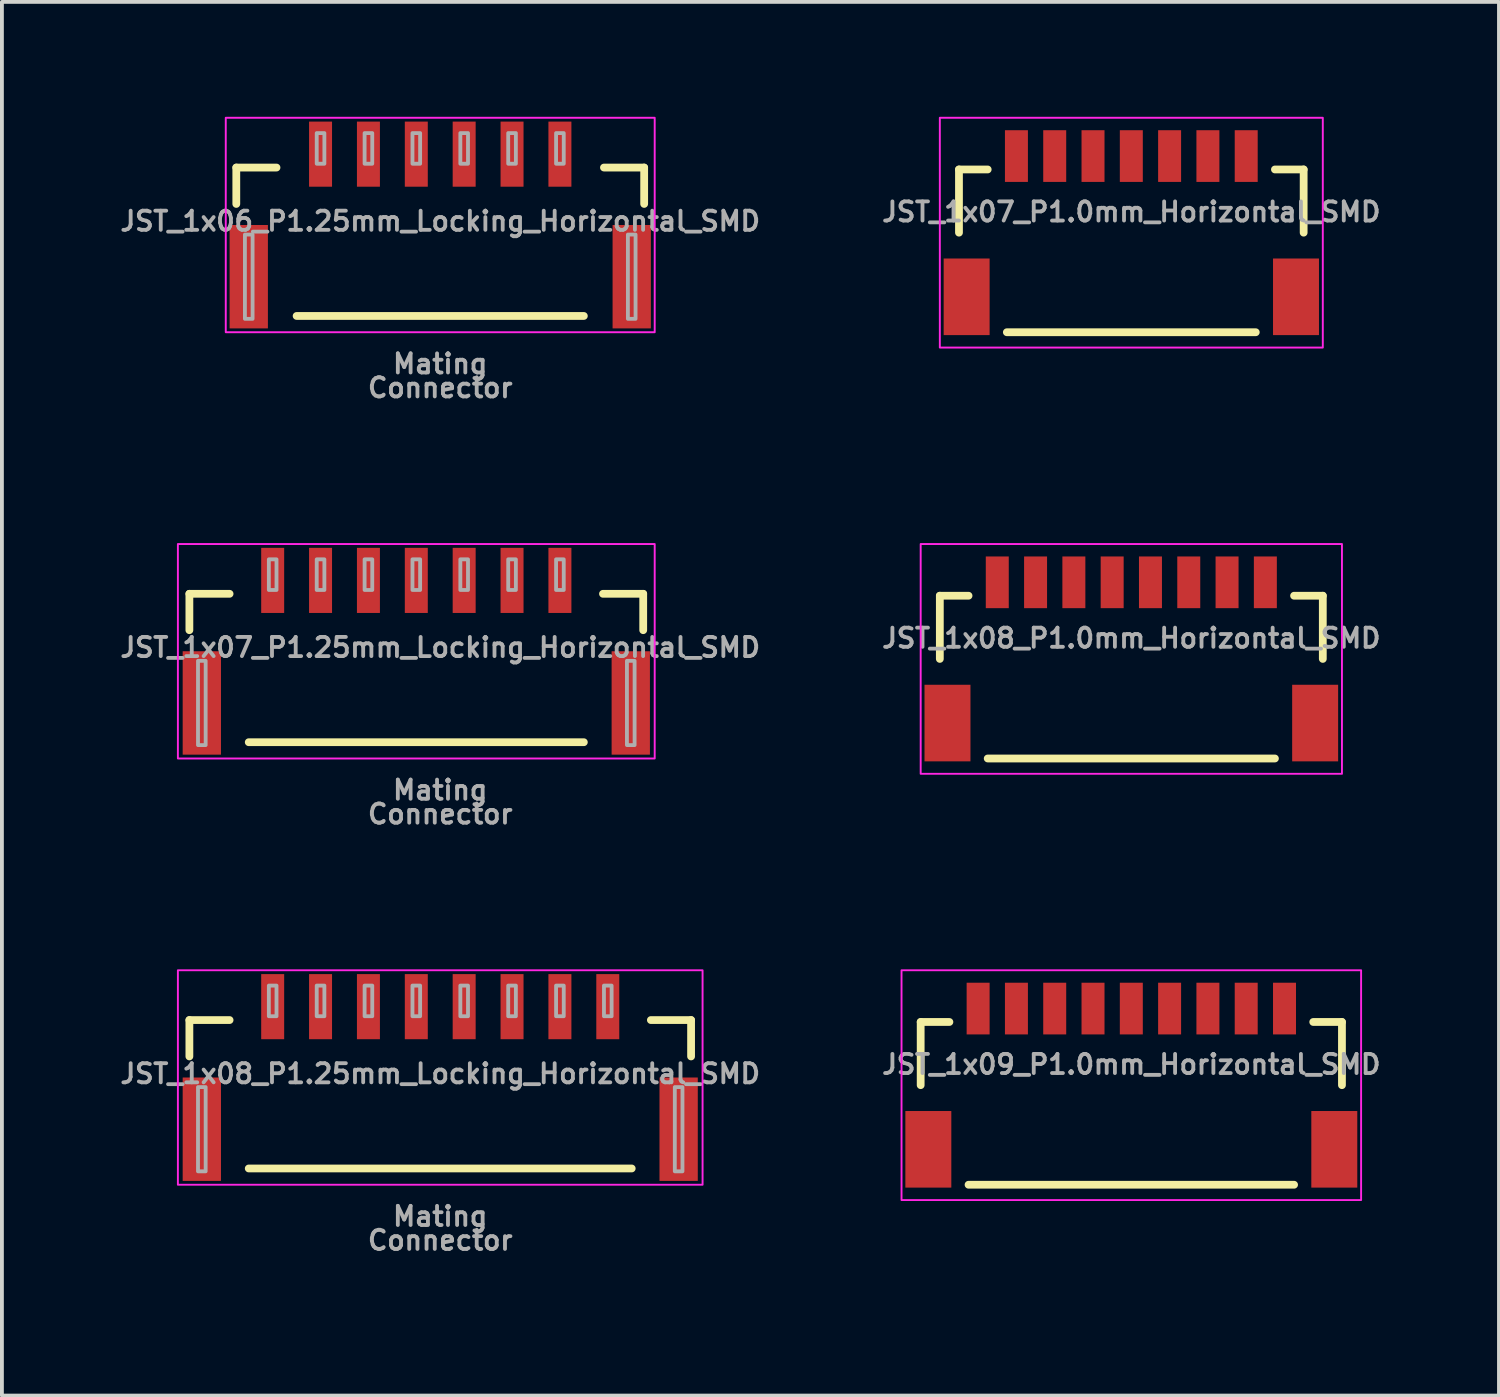
<source format=kicad_pcb>
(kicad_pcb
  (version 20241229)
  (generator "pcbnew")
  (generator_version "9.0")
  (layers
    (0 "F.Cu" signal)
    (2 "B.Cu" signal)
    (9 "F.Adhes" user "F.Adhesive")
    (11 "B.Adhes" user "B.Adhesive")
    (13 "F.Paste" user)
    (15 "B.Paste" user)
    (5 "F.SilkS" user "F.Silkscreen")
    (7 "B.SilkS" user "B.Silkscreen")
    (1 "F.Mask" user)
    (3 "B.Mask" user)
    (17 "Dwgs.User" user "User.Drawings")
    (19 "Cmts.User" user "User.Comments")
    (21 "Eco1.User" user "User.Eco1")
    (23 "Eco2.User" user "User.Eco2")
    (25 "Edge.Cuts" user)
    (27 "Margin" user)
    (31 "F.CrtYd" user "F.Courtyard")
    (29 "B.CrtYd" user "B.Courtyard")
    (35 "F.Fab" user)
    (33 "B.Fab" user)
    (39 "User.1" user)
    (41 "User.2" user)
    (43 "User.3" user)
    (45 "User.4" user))
  (footprint "JST_1x07_P1.25mm_Locking_Horizontal_SMD"
    (layer "F.Cu")
    (at 8.445 13.855)
    (property "Reference" "JST_1x07_P1.25mm_Locking_Horizontal_SMD" (at 0 0 0) (layer "F.Fab") (effects (font (size 0.5 0.5) (thickness 0.1))))
    (attr smd)
    (fp_line (start -6.55 -1.4) (end -5.5 -1.4) (stroke (width 0.203) (type solid)) (layer "F.SilkS"))
    (fp_line (start -6.55 -0.45) (end -6.55 -1.4) (stroke (width 0.203) (type solid)) (layer "F.SilkS"))
    (fp_line (start -5 2.475) (end 3.75 2.475) (stroke (width 0.203) (type solid)) (layer "F.SilkS"))
    (fp_line (start 4.25 -1.4) (end 5.3 -1.4) (stroke (width 0.203) (type solid)) (layer "F.SilkS"))
    (fp_line (start 5.3 -0.45) (end 5.3 -1.4) (stroke (width 0.203) (type solid)) (layer "F.SilkS"))
    (fp_rect (start 5.6 2.9) (end -6.85 -2.7) (stroke (width 0.05) (type default)) (fill no) (layer "F.CrtYd"))
    (fp_poly (pts (xy -6.325 2.55) (xy -6.125 2.55) (xy -6.125 0.35) (xy -6.325 0.35)) (stroke (width 0.1) (type default)) (fill no) (layer "F.Fab"))
    (fp_poly (pts (xy -4.475 -1.5) (xy -4.275 -1.5) (xy -4.275 -2.3) (xy -4.475 -2.3)) (stroke (width 0.1) (type default)) (fill no) (layer "F.Fab"))
    (fp_poly (pts (xy -3.225 -1.5) (xy -3.025 -1.5) (xy -3.025 -2.3) (xy -3.225 -2.3)) (stroke (width 0.1) (type default)) (fill no) (layer "F.Fab"))
    (fp_poly (pts (xy -1.975 -1.5) (xy -1.775 -1.5) (xy -1.775 -2.3) (xy -1.975 -2.3)) (stroke (width 0.1) (type default)) (fill no) (layer "F.Fab"))
    (fp_poly (pts (xy -0.725 -1.5) (xy -0.525 -1.5) (xy -0.525 -2.3) (xy -0.725 -2.3)) (stroke (width 0.1) (type default)) (fill no) (layer "F.Fab"))
    (fp_poly (pts (xy 0.525 -1.5) (xy 0.725 -1.5) (xy 0.725 -2.3) (xy 0.525 -2.3)) (stroke (width 0.1) (type default)) (fill no) (layer "F.Fab"))
    (fp_poly (pts (xy 1.775 -1.5) (xy 1.975 -1.5) (xy 1.975 -2.3) (xy 1.775 -2.3)) (stroke (width 0.1) (type default)) (fill no) (layer "F.Fab"))
    (fp_poly (pts (xy 3.025 -1.5) (xy 3.225 -1.5) (xy 3.225 -2.3) (xy 3.025 -2.3)) (stroke (width 0.1) (type default)) (fill no) (layer "F.Fab"))
    (fp_poly (pts (xy 4.875 2.55) (xy 5.075 2.55) (xy 5.075 0.35) (xy 4.875 0.35)) (stroke (width 0.1) (type default)) (fill no) (layer "F.Fab"))
    (fp_rect (start -6.625 -1.5) (end 5.375 2.55) (stroke (width 0.01) (type default)) (fill no) (layer "User.1"))
    (fp_rect (start -5.625 -0.3) (end 4.375 5.4) (stroke (width 0.01) (type default)) (fill no) (layer "User.1"))
    (fp_text user "Connector" (at 0 4.35 0) (unlocked yes) (layer "F.Fab") (effects (font (size 0.5 0.5) (thickness 0.1) (bold yes))))
    (fp_text user "Mating" (at 0 3.725 0) (unlocked yes) (layer "F.Fab") (effects (font (size 0.5 0.5) (thickness 0.1) (bold yes))))
    (pad "1" smd rect (at -4.375 -1.75) (size 0.6 1.7) (layers "F.Cu" "F.Mask" "F.Paste"))
    (pad "2" smd rect (at -3.125 -1.75) (size 0.6 1.7) (layers "F.Cu" "F.Mask" "F.Paste"))
    (pad "3" smd rect (at -1.875 -1.75) (size 0.6 1.7) (layers "F.Cu" "F.Mask" "F.Paste"))
    (pad "4" smd rect (at -0.625 -1.75) (size 0.6 1.7) (layers "F.Cu" "F.Mask" "F.Paste"))
    (pad "5" smd rect (at 0.625 -1.75) (size 0.6 1.7) (layers "F.Cu" "F.Mask" "F.Paste"))
    (pad "6" smd rect (at 1.875 -1.75) (size 0.6 1.7) (layers "F.Cu" "F.Mask" "F.Paste"))
    (pad "7" smd rect (at 3.125 -1.75) (size 0.6 1.7) (layers "F.Cu" "F.Mask" "F.Paste"))
    (pad "NC1" smd rect (at -6.225 1.45) (size 1 2.7) (layers "F.Cu" "F.Mask" "F.Paste"))
    (pad "NC2" smd rect (at 4.975 1.45) (size 1 2.7) (layers "F.Cu" "F.Mask" "F.Paste")))
  (footprint "JST_1x06_P1.25mm_Locking_Horizontal_SMD"
    (layer "F.Cu")
    (at 8.445 2.725)
    (property "Reference" "JST_1x06_P1.25mm_Locking_Horizontal_SMD" (at 0 0 0) (layer "F.Fab") (effects (font (size 0.5 0.5) (thickness 0.1))))
    (attr smd)
    (fp_line (start -5.325 -1.4) (end -4.275 -1.4) (stroke (width 0.203) (type solid)) (layer "F.SilkS"))
    (fp_line (start -5.325 -0.45) (end -5.325 -1.4) (stroke (width 0.203) (type solid)) (layer "F.SilkS"))
    (fp_line (start -3.75 2.475) (end 3.75 2.475) (stroke (width 0.203) (type solid)) (layer "F.SilkS"))
    (fp_line (start 4.275 -1.4) (end 5.325 -1.4) (stroke (width 0.203) (type solid)) (layer "F.SilkS"))
    (fp_line (start 5.325 -0.45) (end 5.325 -1.4) (stroke (width 0.203) (type solid)) (layer "F.SilkS"))
    (fp_rect (start 5.6 2.9) (end -5.6 -2.7) (stroke (width 0.05) (type default)) (fill no) (layer "F.CrtYd"))
    (fp_poly (pts (xy -5.1 2.55) (xy -4.9 2.55) (xy -4.9 0.35) (xy -5.1 0.35)) (stroke (width 0.1) (type default)) (fill no) (layer "F.Fab"))
    (fp_poly (pts (xy -3.225 -1.5) (xy -3.025 -1.5) (xy -3.025 -2.3) (xy -3.225 -2.3)) (stroke (width 0.1) (type default)) (fill no) (layer "F.Fab"))
    (fp_poly (pts (xy -1.975 -1.5) (xy -1.775 -1.5) (xy -1.775 -2.3) (xy -1.975 -2.3)) (stroke (width 0.1) (type default)) (fill no) (layer "F.Fab"))
    (fp_poly (pts (xy -0.725 -1.5) (xy -0.525 -1.5) (xy -0.525 -2.3) (xy -0.725 -2.3)) (stroke (width 0.1) (type default)) (fill no) (layer "F.Fab"))
    (fp_poly (pts (xy 0.525 -1.5) (xy 0.725 -1.5) (xy 0.725 -2.3) (xy 0.525 -2.3)) (stroke (width 0.1) (type default)) (fill no) (layer "F.Fab"))
    (fp_poly (pts (xy 1.775 -1.5) (xy 1.975 -1.5) (xy 1.975 -2.3) (xy 1.775 -2.3)) (stroke (width 0.1) (type default)) (fill no) (layer "F.Fab"))
    (fp_poly (pts (xy 3.025 -1.5) (xy 3.225 -1.5) (xy 3.225 -2.3) (xy 3.025 -2.3)) (stroke (width 0.1) (type default)) (fill no) (layer "F.Fab"))
    (fp_poly (pts (xy 4.9 2.55) (xy 5.1 2.55) (xy 5.1 0.35) (xy 4.9 0.35)) (stroke (width 0.1) (type default)) (fill no) (layer "F.Fab"))
    (fp_rect (start -5.375 -1.5) (end 5.375 2.55) (stroke (width 0.01) (type default)) (fill no) (layer "User.1"))
    (fp_rect (start -4.375 -0.3) (end 4.375 5.4) (stroke (width 0.01) (type default)) (fill no) (layer "User.1"))
    (fp_text user "Mating" (at 0 3.725 0) (unlocked yes) (layer "F.Fab") (effects (font (size 0.5 0.5) (thickness 0.1) (bold yes))))
    (fp_text user "Connector" (at 0 4.35 0) (unlocked yes) (layer "F.Fab") (effects (font (size 0.5 0.5) (thickness 0.1) (bold yes))))
    (pad "1" smd rect (at -3.125 -1.75) (size 0.6 1.7) (layers "F.Cu" "F.Mask" "F.Paste"))
    (pad "2" smd rect (at -1.875 -1.75) (size 0.6 1.7) (layers "F.Cu" "F.Mask" "F.Paste"))
    (pad "3" smd rect (at -0.625 -1.75) (size 0.6 1.7) (layers "F.Cu" "F.Mask" "F.Paste"))
    (pad "4" smd rect (at 0.625 -1.75) (size 0.6 1.7) (layers "F.Cu" "F.Mask" "F.Paste"))
    (pad "5" smd rect (at 1.875 -1.75) (size 0.6 1.7) (layers "F.Cu" "F.Mask" "F.Paste"))
    (pad "6" smd rect (at 3.125 -1.75) (size 0.6 1.7) (layers "F.Cu" "F.Mask" "F.Paste"))
    (pad "NC1" smd rect (at -5 1.45) (size 1 2.7) (layers "F.Cu" "F.Mask" "F.Paste"))
    (pad "NC2" smd rect (at 5 1.45) (size 1 2.7) (layers "F.Cu" "F.Mask" "F.Paste")))
  (footprint "JST_1x07_P1.0mm_Horizontal_SMD"
    (layer "F.Cu")
    (at 26.49 1.025)
    (property "Reference" "JST_1x07_P1.0mm_Horizontal_SMD" (at 0 1.75 0) (layer "F.Fab") (effects (font (size 0.5 0.5) (thickness 0.1)) (justify bottom)))
    (attr smd)
    (fp_line (start -4.5 0.35) (end -3.75 0.35) (stroke (width 0.203) (type solid)) (layer "F.SilkS"))
    (fp_line (start -4.5 2) (end -4.5 0.35) (stroke (width 0.203) (type solid)) (layer "F.SilkS"))
    (fp_line (start -3.25 4.6) (end 3.25 4.6) (stroke (width 0.203) (type solid)) (layer "F.SilkS"))
    (fp_line (start 3.75 0.35) (end 4.5 0.35) (stroke (width 0.203) (type solid)) (layer "F.SilkS"))
    (fp_line (start 4.5 0.35) (end 4.5 2) (stroke (width 0.203) (type solid)) (layer "F.SilkS"))
    (fp_rect (start 5 5) (end -5 -1) (stroke (width 0.05) (type default)) (fill no) (layer "F.CrtYd"))
    (pad "1" smd rect (at -3 0) (size 0.6 1.35) (layers "F.Cu" "F.Mask" "F.Paste"))
    (pad "2" smd rect (at -2 0) (size 0.6 1.35) (layers "F.Cu" "F.Mask" "F.Paste"))
    (pad "3" smd rect (at -1 0) (size 0.6 1.35) (layers "F.Cu" "F.Mask" "F.Paste"))
    (pad "4" smd rect (at 0 0) (size 0.6 1.35) (layers "F.Cu" "F.Mask" "F.Paste"))
    (pad "5" smd rect (at 1 0) (size 0.6 1.35) (layers "F.Cu" "F.Mask" "F.Paste"))
    (pad "6" smd rect (at 2 0) (size 0.6 1.35) (layers "F.Cu" "F.Mask" "F.Paste"))
    (pad "7" smd rect (at 3 0) (size 0.6 1.35) (layers "F.Cu" "F.Mask" "F.Paste"))
    (pad "NC1" smd rect (at 4.3 3.675) (size 1.2 2) (layers "F.Cu" "F.Mask" "F.Paste"))
    (pad "NC2" smd rect (at -4.3 3.675) (size 1.2 2) (layers "F.Cu" "F.Mask" "F.Paste")))
  (footprint "JST_1x08_P1.0mm_Horizontal_SMD"
    (layer "F.Cu")
    (at 26.49 12.155)
    (property "Reference" "JST_1x08_P1.0mm_Horizontal_SMD" (at 0 1.75 0) (layer "F.Fab") (effects (font (size 0.5 0.5) (thickness 0.1)) (justify bottom)))
    (attr smd)
    (fp_line (start -5 0.35) (end -4.25 0.35) (stroke (width 0.203) (type solid)) (layer "F.SilkS"))
    (fp_line (start -5 2) (end -5 0.35) (stroke (width 0.203) (type solid)) (layer "F.SilkS"))
    (fp_line (start -3.75 4.6) (end 3.75 4.6) (stroke (width 0.203) (type solid)) (layer "F.SilkS"))
    (fp_line (start 4.25 0.35) (end 5 0.35) (stroke (width 0.203) (type solid)) (layer "F.SilkS"))
    (fp_line (start 5 0.35) (end 5 2) (stroke (width 0.203) (type solid)) (layer "F.SilkS"))
    (fp_rect (start 5.5 5) (end -5.5 -1) (stroke (width 0.05) (type default)) (fill no) (layer "F.CrtYd"))
    (pad "1" smd rect (at -3.5 0) (size 0.6 1.35) (layers "F.Cu" "F.Mask" "F.Paste"))
    (pad "2" smd rect (at -2.5 0) (size 0.6 1.35) (layers "F.Cu" "F.Mask" "F.Paste"))
    (pad "3" smd rect (at -1.5 0) (size 0.6 1.35) (layers "F.Cu" "F.Mask" "F.Paste"))
    (pad "4" smd rect (at -0.5 0) (size 0.6 1.35) (layers "F.Cu" "F.Mask" "F.Paste"))
    (pad "5" smd rect (at 0.5 0) (size 0.6 1.35) (layers "F.Cu" "F.Mask" "F.Paste"))
    (pad "6" smd rect (at 1.5 0) (size 0.6 1.35) (layers "F.Cu" "F.Mask" "F.Paste"))
    (pad "7" smd rect (at 2.5 0) (size 0.6 1.35) (layers "F.Cu" "F.Mask" "F.Paste"))
    (pad "8" smd rect (at 3.5 0) (size 0.6 1.35) (layers "F.Cu" "F.Mask" "F.Paste"))
    (pad "NC1" smd rect (at 4.8 3.675) (size 1.2 2) (layers "F.Cu" "F.Mask" "F.Paste"))
    (pad "NC2" smd rect (at -4.8 3.675) (size 1.2 2) (layers "F.Cu" "F.Mask" "F.Paste")))
  (footprint "JST_1x08_P1.25mm_Locking_Horizontal_SMD"
    (layer "F.Cu")
    (at 8.445 24.985)
    (property "Reference" "JST_1x08_P1.25mm_Locking_Horizontal_SMD" (at 0 0 0) (layer "F.Fab") (effects (font (size 0.5 0.5) (thickness 0.1))))
    (attr smd)
    (fp_line (start -6.55 -1.4) (end -5.5 -1.4) (stroke (width 0.203) (type solid)) (layer "F.SilkS"))
    (fp_line (start -6.55 -0.45) (end -6.55 -1.4) (stroke (width 0.203) (type solid)) (layer "F.SilkS"))
    (fp_line (start -5 2.475) (end 5 2.475) (stroke (width 0.203) (type solid)) (layer "F.SilkS"))
    (fp_line (start 5.5 -1.4) (end 6.55 -1.4) (stroke (width 0.203) (type solid)) (layer "F.SilkS"))
    (fp_line (start 6.55 -0.45) (end 6.55 -1.4) (stroke (width 0.203) (type solid)) (layer "F.SilkS"))
    (fp_rect (start 6.85 2.9) (end -6.85 -2.7) (stroke (width 0.05) (type default)) (fill no) (layer "F.CrtYd"))
    (fp_poly (pts (xy -6.325 2.55) (xy -6.125 2.55) (xy -6.125 0.35) (xy -6.325 0.35)) (stroke (width 0.1) (type default)) (fill no) (layer "F.Fab"))
    (fp_poly (pts (xy -4.475 -1.5) (xy -4.275 -1.5) (xy -4.275 -2.3) (xy -4.475 -2.3)) (stroke (width 0.1) (type default)) (fill no) (layer "F.Fab"))
    (fp_poly (pts (xy -3.225 -1.5) (xy -3.025 -1.5) (xy -3.025 -2.3) (xy -3.225 -2.3)) (stroke (width 0.1) (type default)) (fill no) (layer "F.Fab"))
    (fp_poly (pts (xy -1.975 -1.5) (xy -1.775 -1.5) (xy -1.775 -2.3) (xy -1.975 -2.3)) (stroke (width 0.1) (type default)) (fill no) (layer "F.Fab"))
    (fp_poly (pts (xy -0.725 -1.5) (xy -0.525 -1.5) (xy -0.525 -2.3) (xy -0.725 -2.3)) (stroke (width 0.1) (type default)) (fill no) (layer "F.Fab"))
    (fp_poly (pts (xy 0.525 -1.5) (xy 0.725 -1.5) (xy 0.725 -2.3) (xy 0.525 -2.3)) (stroke (width 0.1) (type default)) (fill no) (layer "F.Fab"))
    (fp_poly (pts (xy 1.775 -1.5) (xy 1.975 -1.5) (xy 1.975 -2.3) (xy 1.775 -2.3)) (stroke (width 0.1) (type default)) (fill no) (layer "F.Fab"))
    (fp_poly (pts (xy 3.025 -1.5) (xy 3.225 -1.5) (xy 3.225 -2.3) (xy 3.025 -2.3)) (stroke (width 0.1) (type default)) (fill no) (layer "F.Fab"))
    (fp_poly (pts (xy 4.275 -1.5) (xy 4.475 -1.5) (xy 4.475 -2.3) (xy 4.275 -2.3)) (stroke (width 0.1) (type default)) (fill no) (layer "F.Fab"))
    (fp_poly (pts (xy 6.125 2.55) (xy 6.325 2.55) (xy 6.325 0.35) (xy 6.125 0.35)) (stroke (width 0.1) (type default)) (fill no) (layer "F.Fab"))
    (fp_rect (start -6.625 -1.5) (end 6.625 2.55) (stroke (width 0.01) (type default)) (fill no) (layer "User.1"))
    (fp_rect (start -5.625 -0.3) (end 5.625 5.4) (stroke (width 0.01) (type default)) (fill no) (layer "User.1"))
    (fp_text user "Mating" (at 0 3.725 0) (unlocked yes) (layer "F.Fab") (effects (font (size 0.5 0.5) (thickness 0.1) (bold yes))))
    (fp_text user "Connector" (at 0 4.35 0) (unlocked yes) (layer "F.Fab") (effects (font (size 0.5 0.5) (thickness 0.1) (bold yes))))
    (pad "1" smd rect (at -4.375 -1.75) (size 0.6 1.7) (layers "F.Cu" "F.Mask" "F.Paste"))
    (pad "2" smd rect (at -3.125 -1.75) (size 0.6 1.7) (layers "F.Cu" "F.Mask" "F.Paste"))
    (pad "3" smd rect (at -1.875 -1.75) (size 0.6 1.7) (layers "F.Cu" "F.Mask" "F.Paste"))
    (pad "4" smd rect (at -0.625 -1.75) (size 0.6 1.7) (layers "F.Cu" "F.Mask" "F.Paste"))
    (pad "5" smd rect (at 0.625 -1.75) (size 0.6 1.7) (layers "F.Cu" "F.Mask" "F.Paste"))
    (pad "6" smd rect (at 1.875 -1.75) (size 0.6 1.7) (layers "F.Cu" "F.Mask" "F.Paste"))
    (pad "7" smd rect (at 3.125 -1.75) (size 0.6 1.7) (layers "F.Cu" "F.Mask" "F.Paste"))
    (pad "8" smd rect (at 4.375 -1.75) (size 0.6 1.7) (layers "F.Cu" "F.Mask" "F.Paste"))
    (pad "NC1" smd rect (at -6.225 1.45) (size 1 2.7) (layers "F.Cu" "F.Mask" "F.Paste"))
    (pad "NC2" smd rect (at 6.225 1.45) (size 1 2.7) (layers "F.Cu" "F.Mask" "F.Paste")))
  (footprint "JST_1x09_P1.0mm_Horizontal_SMD"
    (layer "F.Cu")
    (at 26.49 23.285)
    (property "Reference" "JST_1x09_P1.0mm_Horizontal_SMD" (at 0 1.75 0) (layer "F.Fab") (effects (font (size 0.5 0.5) (thickness 0.1)) (justify bottom)))
    (attr smd)
    (fp_line (start -5.5 0.35) (end -4.75 0.35) (stroke (width 0.203) (type solid)) (layer "F.SilkS"))
    (fp_line (start -5.5 2) (end -5.5 0.35) (stroke (width 0.203) (type solid)) (layer "F.SilkS"))
    (fp_line (start -4.25 4.6) (end 4.25 4.6) (stroke (width 0.203) (type solid)) (layer "F.SilkS"))
    (fp_line (start 4.75 0.35) (end 5.5 0.35) (stroke (width 0.203) (type solid)) (layer "F.SilkS"))
    (fp_line (start 5.5 0.35) (end 5.5 2) (stroke (width 0.203) (type solid)) (layer "F.SilkS"))
    (fp_rect (start 6 5) (end -6 -1) (stroke (width 0.05) (type default)) (fill no) (layer "F.CrtYd"))
    (pad "1" smd rect (at -4 0) (size 0.6 1.35) (layers "F.Cu" "F.Mask" "F.Paste"))
    (pad "2" smd rect (at -3 0) (size 0.6 1.35) (layers "F.Cu" "F.Mask" "F.Paste"))
    (pad "3" smd rect (at -2 0) (size 0.6 1.35) (layers "F.Cu" "F.Mask" "F.Paste"))
    (pad "4" smd rect (at -1 0) (size 0.6 1.35) (layers "F.Cu" "F.Mask" "F.Paste"))
    (pad "5" smd rect (at 0 0) (size 0.6 1.35) (layers "F.Cu" "F.Mask" "F.Paste"))
    (pad "6" smd rect (at 1 0) (size 0.6 1.35) (layers "F.Cu" "F.Mask" "F.Paste"))
    (pad "7" smd rect (at 2 0) (size 0.6 1.35) (layers "F.Cu" "F.Mask" "F.Paste"))
    (pad "8" smd rect (at 3 0) (size 0.6 1.35) (layers "F.Cu" "F.Mask" "F.Paste"))
    (pad "9" smd rect (at 4 0) (size 0.6 1.35) (layers "F.Cu" "F.Mask" "F.Paste"))
    (pad "NC1" smd rect (at 5.3 3.675) (size 1.2 2) (layers "F.Cu" "F.Mask" "F.Paste"))
    (pad "NC2" smd rect (at -5.3 3.675) (size 1.2 2) (layers "F.Cu" "F.Mask" "F.Paste")))
  (gr_rect
    (start -3 -3)
    (end 36.09 33.39)
    (stroke (width 0.1) (type default))
    (fill no)
    (layer "Edge.Cuts")))
</source>
